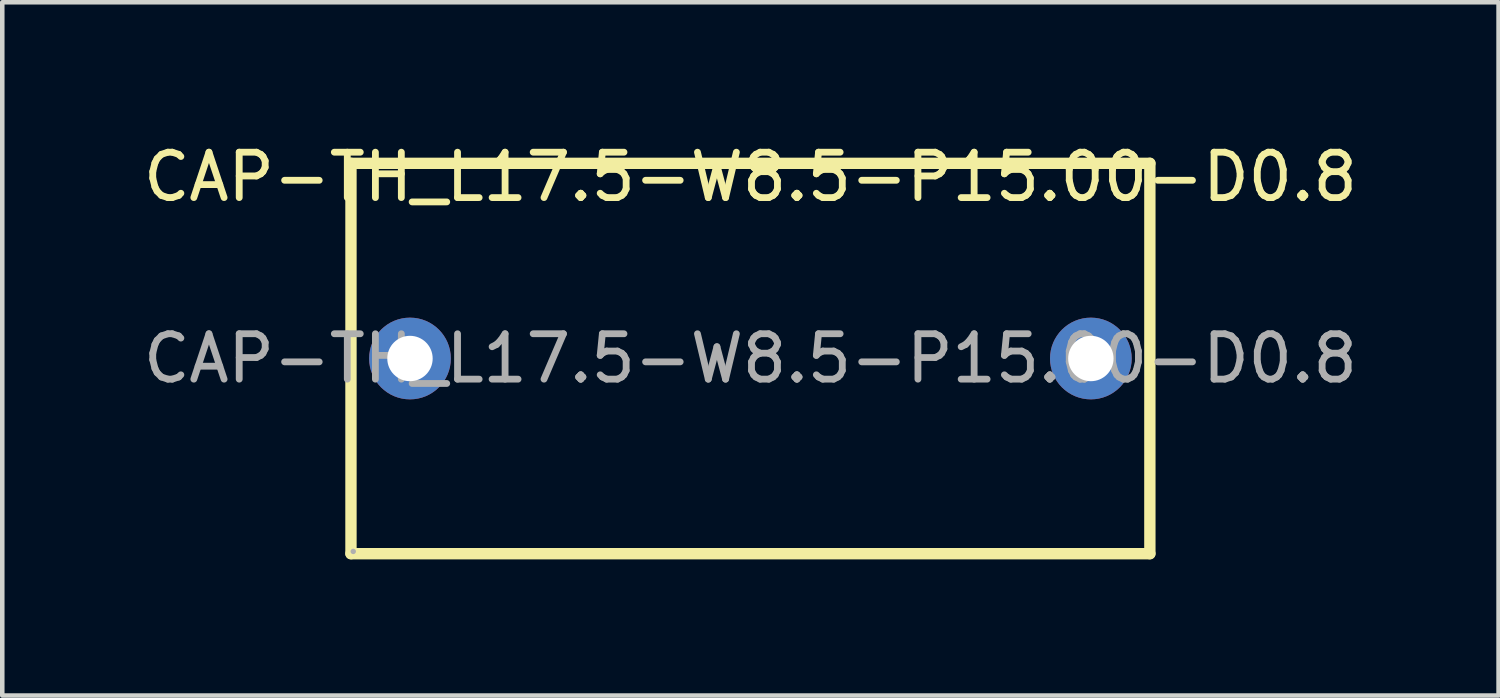
<source format=kicad_pcb>
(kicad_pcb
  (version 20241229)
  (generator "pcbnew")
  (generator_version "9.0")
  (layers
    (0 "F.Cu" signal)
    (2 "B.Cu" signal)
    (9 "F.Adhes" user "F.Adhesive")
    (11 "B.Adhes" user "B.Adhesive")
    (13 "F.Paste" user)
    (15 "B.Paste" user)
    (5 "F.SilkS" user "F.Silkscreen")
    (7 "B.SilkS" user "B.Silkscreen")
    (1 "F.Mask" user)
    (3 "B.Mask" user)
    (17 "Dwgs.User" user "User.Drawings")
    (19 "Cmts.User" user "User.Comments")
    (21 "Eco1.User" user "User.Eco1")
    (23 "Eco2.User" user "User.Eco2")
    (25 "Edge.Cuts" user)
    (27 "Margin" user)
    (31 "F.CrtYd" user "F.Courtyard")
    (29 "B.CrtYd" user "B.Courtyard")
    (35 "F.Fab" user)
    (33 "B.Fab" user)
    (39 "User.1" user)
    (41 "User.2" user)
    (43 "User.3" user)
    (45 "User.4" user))
  (footprint "CAP-TH_L17.5-W8.5-P15.00-D0.8"
    (layer "F.Cu")
    (at 13.482 4.848)
    (property "Reference" "CAP-TH_L17.5-W8.5-P15.00-D0.8" (at 0 -4 0) (layer "F.SilkS") (effects (font (size 1 1) (thickness 0.15))))
    (attr through_hole)
    (fp_line (start -8.8 -4.3) (end -8.8 4.3) (stroke (width 0.25) (type solid)) (layer "F.SilkS"))
    (fp_line (start -8.8 -4.3) (end 8.8 -4.3) (stroke (width 0.25) (type solid)) (layer "F.SilkS"))
    (fp_line (start -8.8 4.3) (end 8.8 4.3) (stroke (width 0.25) (type solid)) (layer "F.SilkS"))
    (fp_line (start 8.8 -4.3) (end 8.8 4.3) (stroke (width 0.25) (type solid)) (layer "F.SilkS"))
    (fp_circle (center -8.75 4.25) (end -8.72 4.25) (stroke (width 0.06) (type solid)) (fill no) (layer "F.Fab"))
    (fp_circle (center -7.5 0) (end -7.3 0) (stroke (width 0.4) (type solid)) (fill no) (layer "F.Fab"))
    (fp_circle (center 7.5 0) (end 7.7 0) (stroke (width 0.4) (type solid)) (fill no) (layer "F.Fab"))
    (fp_text user "${REFERENCE}" (at 0 0 0) (layer "F.Fab") (effects (font (size 1 1) (thickness 0.15))))
    (pad "1" thru_hole circle (at -7.5 0) (size 1.8 1.8) (drill 1) (layers "*.Cu" "*.Mask"))
    (pad "2" thru_hole circle (at 7.5 0) (size 1.8 1.8) (drill 1) (layers "*.Cu" "*.Mask")))
  (gr_rect
    (start -3 -3)
    (end 29.964 12.273)
    (stroke (width 0.1) (type default))
    (fill no)
    (layer "Edge.Cuts")))
</source>
